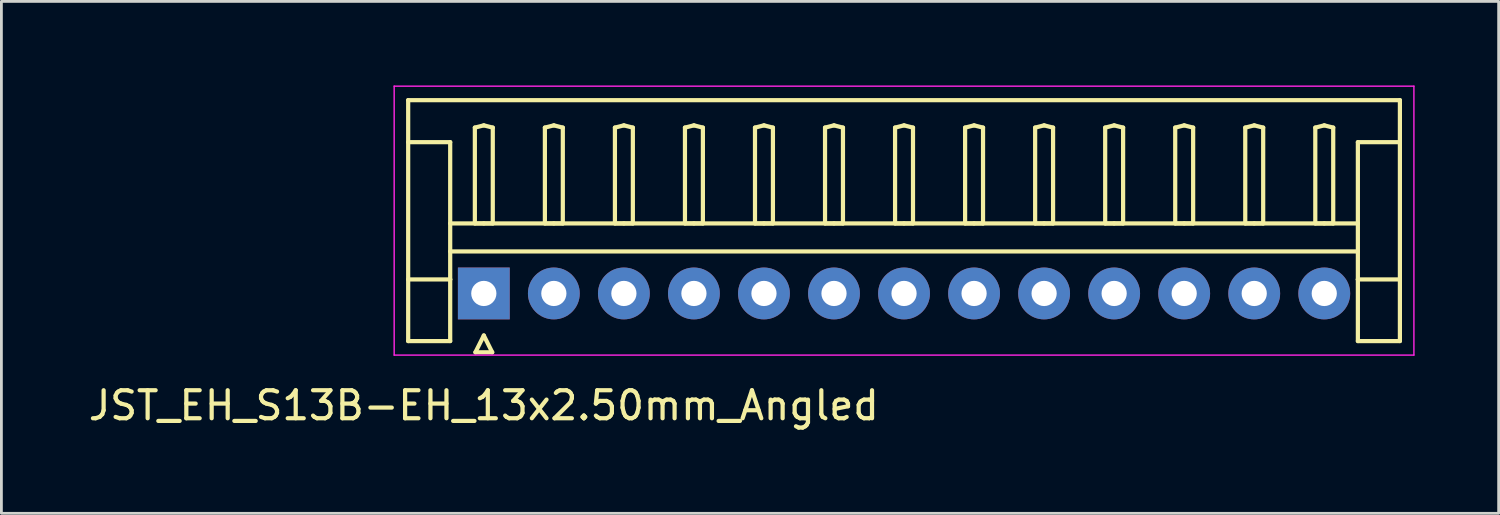
<source format=kicad_pcb>
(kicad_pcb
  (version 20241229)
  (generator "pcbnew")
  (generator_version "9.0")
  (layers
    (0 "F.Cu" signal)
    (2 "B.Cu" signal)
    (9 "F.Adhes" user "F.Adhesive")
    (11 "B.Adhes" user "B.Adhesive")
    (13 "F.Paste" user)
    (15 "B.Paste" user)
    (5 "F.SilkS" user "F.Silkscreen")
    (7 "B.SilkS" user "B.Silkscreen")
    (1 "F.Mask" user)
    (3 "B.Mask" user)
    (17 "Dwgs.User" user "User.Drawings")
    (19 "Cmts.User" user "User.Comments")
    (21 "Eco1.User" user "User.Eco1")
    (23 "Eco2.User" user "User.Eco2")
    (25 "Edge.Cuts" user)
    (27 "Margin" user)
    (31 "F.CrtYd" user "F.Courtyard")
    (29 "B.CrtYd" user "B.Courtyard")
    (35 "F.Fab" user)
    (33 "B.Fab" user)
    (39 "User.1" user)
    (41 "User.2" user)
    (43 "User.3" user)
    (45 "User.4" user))
  (footprint "JST_EH_S13B-EH_13x2.50mm_Angled"
    (layer "F.Cu")
    (at 14.22 7.425)
    (property "Reference" "JST_EH_S13B-EH_13x2.50mm_Angled" (at 0 4 0) (layer "F.SilkS") (effects (font (size 1 1) (thickness 0.15))))
    (attr through_hole)
    (fp_line (start -2.7 -6.9) (end 32.7 -6.9) (stroke (width 0.15) (type solid)) (layer "F.SilkS"))
    (fp_line (start -2.7 -5.4) (end -1.2 -5.4) (stroke (width 0.15) (type solid)) (layer "F.SilkS"))
    (fp_line (start -2.7 1.7) (end -2.7 -6.9) (stroke (width 0.15) (type solid)) (layer "F.SilkS"))
    (fp_line (start -1.2 -5.4) (end -1.2 -0.5) (stroke (width 0.15) (type solid)) (layer "F.SilkS"))
    (fp_line (start -1.2 -2.5) (end 31.2 -2.5) (stroke (width 0.15) (type solid)) (layer "F.SilkS"))
    (fp_line (start -1.2 -1.5) (end 31.2 -1.5) (stroke (width 0.15) (type solid)) (layer "F.SilkS"))
    (fp_line (start -1.2 -0.5) (end -2.7 -0.5) (stroke (width 0.15) (type solid)) (layer "F.SilkS"))
    (fp_line (start -1.2 -0.5) (end -1.2 1.7) (stroke (width 0.15) (type solid)) (layer "F.SilkS"))
    (fp_line (start -1.2 1.7) (end -2.7 1.7) (stroke (width 0.15) (type solid)) (layer "F.SilkS"))
    (fp_line (start -0.32 -5.92) (end 0 -6) (stroke (width 0.15) (type solid)) (layer "F.SilkS"))
    (fp_line (start -0.32 -2.5) (end -0.32 -5.92) (stroke (width 0.15) (type solid)) (layer "F.SilkS"))
    (fp_line (start -0.3 2.1) (end 0.3 2.1) (stroke (width 0.15) (type solid)) (layer "F.SilkS"))
    (fp_line (start 0 -6) (end 0.32 -5.92) (stroke (width 0.15) (type solid)) (layer "F.SilkS"))
    (fp_line (start 0 -2.5) (end -0.32 -2.5) (stroke (width 0.15) (type solid)) (layer "F.SilkS"))
    (fp_line (start 0 1.5) (end -0.3 2.1) (stroke (width 0.15) (type solid)) (layer "F.SilkS"))
    (fp_line (start 0.3 2.1) (end 0 1.5) (stroke (width 0.15) (type solid)) (layer "F.SilkS"))
    (fp_line (start 0.32 -5.92) (end 0.32 -2.5) (stroke (width 0.15) (type solid)) (layer "F.SilkS"))
    (fp_line (start 0.32 -2.5) (end 0 -2.5) (stroke (width 0.15) (type solid)) (layer "F.SilkS"))
    (fp_line (start 2.18 -5.92) (end 2.5 -6) (stroke (width 0.15) (type solid)) (layer "F.SilkS"))
    (fp_line (start 2.18 -2.5) (end 2.18 -5.92) (stroke (width 0.15) (type solid)) (layer "F.SilkS"))
    (fp_line (start 2.5 -6) (end 2.82 -5.92) (stroke (width 0.15) (type solid)) (layer "F.SilkS"))
    (fp_line (start 2.5 -2.5) (end 2.18 -2.5) (stroke (width 0.15) (type solid)) (layer "F.SilkS"))
    (fp_line (start 2.82 -5.92) (end 2.82 -2.5) (stroke (width 0.15) (type solid)) (layer "F.SilkS"))
    (fp_line (start 2.82 -2.5) (end 2.5 -2.5) (stroke (width 0.15) (type solid)) (layer "F.SilkS"))
    (fp_line (start 4.68 -5.92) (end 5 -6) (stroke (width 0.15) (type solid)) (layer "F.SilkS"))
    (fp_line (start 4.68 -2.5) (end 4.68 -5.92) (stroke (width 0.15) (type solid)) (layer "F.SilkS"))
    (fp_line (start 5 -6) (end 5.32 -5.92) (stroke (width 0.15) (type solid)) (layer "F.SilkS"))
    (fp_line (start 5 -2.5) (end 4.68 -2.5) (stroke (width 0.15) (type solid)) (layer "F.SilkS"))
    (fp_line (start 5.32 -5.92) (end 5.32 -2.5) (stroke (width 0.15) (type solid)) (layer "F.SilkS"))
    (fp_line (start 5.32 -2.5) (end 5 -2.5) (stroke (width 0.15) (type solid)) (layer "F.SilkS"))
    (fp_line (start 7.18 -5.92) (end 7.5 -6) (stroke (width 0.15) (type solid)) (layer "F.SilkS"))
    (fp_line (start 7.18 -2.5) (end 7.18 -5.92) (stroke (width 0.15) (type solid)) (layer "F.SilkS"))
    (fp_line (start 7.5 -6) (end 7.82 -5.92) (stroke (width 0.15) (type solid)) (layer "F.SilkS"))
    (fp_line (start 7.5 -2.5) (end 7.18 -2.5) (stroke (width 0.15) (type solid)) (layer "F.SilkS"))
    (fp_line (start 7.82 -5.92) (end 7.82 -2.5) (stroke (width 0.15) (type solid)) (layer "F.SilkS"))
    (fp_line (start 7.82 -2.5) (end 7.5 -2.5) (stroke (width 0.15) (type solid)) (layer "F.SilkS"))
    (fp_line (start 9.68 -5.92) (end 10 -6) (stroke (width 0.15) (type solid)) (layer "F.SilkS"))
    (fp_line (start 9.68 -2.5) (end 9.68 -5.92) (stroke (width 0.15) (type solid)) (layer "F.SilkS"))
    (fp_line (start 10 -6) (end 10.32 -5.92) (stroke (width 0.15) (type solid)) (layer "F.SilkS"))
    (fp_line (start 10 -2.5) (end 9.68 -2.5) (stroke (width 0.15) (type solid)) (layer "F.SilkS"))
    (fp_line (start 10.32 -5.92) (end 10.32 -2.5) (stroke (width 0.15) (type solid)) (layer "F.SilkS"))
    (fp_line (start 10.32 -2.5) (end 10 -2.5) (stroke (width 0.15) (type solid)) (layer "F.SilkS"))
    (fp_line (start 12.18 -5.92) (end 12.5 -6) (stroke (width 0.15) (type solid)) (layer "F.SilkS"))
    (fp_line (start 12.18 -2.5) (end 12.18 -5.92) (stroke (width 0.15) (type solid)) (layer "F.SilkS"))
    (fp_line (start 12.5 -6) (end 12.82 -5.92) (stroke (width 0.15) (type solid)) (layer "F.SilkS"))
    (fp_line (start 12.5 -2.5) (end 12.18 -2.5) (stroke (width 0.15) (type solid)) (layer "F.SilkS"))
    (fp_line (start 12.82 -5.92) (end 12.82 -2.5) (stroke (width 0.15) (type solid)) (layer "F.SilkS"))
    (fp_line (start 12.82 -2.5) (end 12.5 -2.5) (stroke (width 0.15) (type solid)) (layer "F.SilkS"))
    (fp_line (start 14.68 -5.92) (end 15 -6) (stroke (width 0.15) (type solid)) (layer "F.SilkS"))
    (fp_line (start 14.68 -2.5) (end 14.68 -5.92) (stroke (width 0.15) (type solid)) (layer "F.SilkS"))
    (fp_line (start 15 -6) (end 15.32 -5.92) (stroke (width 0.15) (type solid)) (layer "F.SilkS"))
    (fp_line (start 15 -2.5) (end 14.68 -2.5) (stroke (width 0.15) (type solid)) (layer "F.SilkS"))
    (fp_line (start 15.32 -5.92) (end 15.32 -2.5) (stroke (width 0.15) (type solid)) (layer "F.SilkS"))
    (fp_line (start 15.32 -2.5) (end 15 -2.5) (stroke (width 0.15) (type solid)) (layer "F.SilkS"))
    (fp_line (start 17.18 -5.92) (end 17.5 -6) (stroke (width 0.15) (type solid)) (layer "F.SilkS"))
    (fp_line (start 17.18 -2.5) (end 17.18 -5.92) (stroke (width 0.15) (type solid)) (layer "F.SilkS"))
    (fp_line (start 17.5 -6) (end 17.82 -5.92) (stroke (width 0.15) (type solid)) (layer "F.SilkS"))
    (fp_line (start 17.5 -2.5) (end 17.18 -2.5) (stroke (width 0.15) (type solid)) (layer "F.SilkS"))
    (fp_line (start 17.82 -5.92) (end 17.82 -2.5) (stroke (width 0.15) (type solid)) (layer "F.SilkS"))
    (fp_line (start 17.82 -2.5) (end 17.5 -2.5) (stroke (width 0.15) (type solid)) (layer "F.SilkS"))
    (fp_line (start 19.68 -5.92) (end 20 -6) (stroke (width 0.15) (type solid)) (layer "F.SilkS"))
    (fp_line (start 19.68 -2.5) (end 19.68 -5.92) (stroke (width 0.15) (type solid)) (layer "F.SilkS"))
    (fp_line (start 20 -6) (end 20.32 -5.92) (stroke (width 0.15) (type solid)) (layer "F.SilkS"))
    (fp_line (start 20 -2.5) (end 19.68 -2.5) (stroke (width 0.15) (type solid)) (layer "F.SilkS"))
    (fp_line (start 20.32 -5.92) (end 20.32 -2.5) (stroke (width 0.15) (type solid)) (layer "F.SilkS"))
    (fp_line (start 20.32 -2.5) (end 20 -2.5) (stroke (width 0.15) (type solid)) (layer "F.SilkS"))
    (fp_line (start 22.18 -5.92) (end 22.5 -6) (stroke (width 0.15) (type solid)) (layer "F.SilkS"))
    (fp_line (start 22.18 -2.5) (end 22.18 -5.92) (stroke (width 0.15) (type solid)) (layer "F.SilkS"))
    (fp_line (start 22.5 -6) (end 22.82 -5.92) (stroke (width 0.15) (type solid)) (layer "F.SilkS"))
    (fp_line (start 22.5 -2.5) (end 22.18 -2.5) (stroke (width 0.15) (type solid)) (layer "F.SilkS"))
    (fp_line (start 22.82 -5.92) (end 22.82 -2.5) (stroke (width 0.15) (type solid)) (layer "F.SilkS"))
    (fp_line (start 22.82 -2.5) (end 22.5 -2.5) (stroke (width 0.15) (type solid)) (layer "F.SilkS"))
    (fp_line (start 24.68 -5.92) (end 25 -6) (stroke (width 0.15) (type solid)) (layer "F.SilkS"))
    (fp_line (start 24.68 -2.5) (end 24.68 -5.92) (stroke (width 0.15) (type solid)) (layer "F.SilkS"))
    (fp_line (start 25 -6) (end 25.32 -5.92) (stroke (width 0.15) (type solid)) (layer "F.SilkS"))
    (fp_line (start 25 -2.5) (end 24.68 -2.5) (stroke (width 0.15) (type solid)) (layer "F.SilkS"))
    (fp_line (start 25.32 -5.92) (end 25.32 -2.5) (stroke (width 0.15) (type solid)) (layer "F.SilkS"))
    (fp_line (start 25.32 -2.5) (end 25 -2.5) (stroke (width 0.15) (type solid)) (layer "F.SilkS"))
    (fp_line (start 27.18 -5.92) (end 27.5 -6) (stroke (width 0.15) (type solid)) (layer "F.SilkS"))
    (fp_line (start 27.18 -2.5) (end 27.18 -5.92) (stroke (width 0.15) (type solid)) (layer "F.SilkS"))
    (fp_line (start 27.5 -6) (end 27.82 -5.92) (stroke (width 0.15) (type solid)) (layer "F.SilkS"))
    (fp_line (start 27.5 -2.5) (end 27.18 -2.5) (stroke (width 0.15) (type solid)) (layer "F.SilkS"))
    (fp_line (start 27.82 -5.92) (end 27.82 -2.5) (stroke (width 0.15) (type solid)) (layer "F.SilkS"))
    (fp_line (start 27.82 -2.5) (end 27.5 -2.5) (stroke (width 0.15) (type solid)) (layer "F.SilkS"))
    (fp_line (start 29.68 -5.92) (end 30 -6) (stroke (width 0.15) (type solid)) (layer "F.SilkS"))
    (fp_line (start 29.68 -2.5) (end 29.68 -5.92) (stroke (width 0.15) (type solid)) (layer "F.SilkS"))
    (fp_line (start 30 -6) (end 30.32 -5.92) (stroke (width 0.15) (type solid)) (layer "F.SilkS"))
    (fp_line (start 30 -2.5) (end 29.68 -2.5) (stroke (width 0.15) (type solid)) (layer "F.SilkS"))
    (fp_line (start 30.32 -5.92) (end 30.32 -2.5) (stroke (width 0.15) (type solid)) (layer "F.SilkS"))
    (fp_line (start 30.32 -2.5) (end 30 -2.5) (stroke (width 0.15) (type solid)) (layer "F.SilkS"))
    (fp_line (start 31.2 -5.4) (end 31.2 -0.5) (stroke (width 0.15) (type solid)) (layer "F.SilkS"))
    (fp_line (start 31.2 -0.5) (end 32.7 -0.5) (stroke (width 0.15) (type solid)) (layer "F.SilkS"))
    (fp_line (start 31.2 1.7) (end 31.2 -0.5) (stroke (width 0.15) (type solid)) (layer "F.SilkS"))
    (fp_line (start 32.7 -6.9) (end 32.7 1.7) (stroke (width 0.15) (type solid)) (layer "F.SilkS"))
    (fp_line (start 32.7 -5.4) (end 31.2 -5.4) (stroke (width 0.15) (type solid)) (layer "F.SilkS"))
    (fp_line (start 32.7 1.7) (end 31.2 1.7) (stroke (width 0.15) (type solid)) (layer "F.SilkS"))
    (fp_line (start -3.2 -7.4) (end -3.2 2.2) (stroke (width 0.05) (type solid)) (layer "F.CrtYd"))
    (fp_line (start -3.2 2.2) (end 33.2 2.2) (stroke (width 0.05) (type solid)) (layer "F.CrtYd"))
    (fp_line (start 33.2 -7.4) (end -3.2 -7.4) (stroke (width 0.05) (type solid)) (layer "F.CrtYd"))
    (fp_line (start 33.2 2.2) (end 33.2 -7.4) (stroke (width 0.05) (type solid)) (layer "F.CrtYd"))
    (pad "1" thru_hole rect (at 0 0) (size 1.85 1.85) (drill 0.9) (layers "*.Cu" "*.Mask"))
    (pad "2" thru_hole circle (at 2.5 0) (size 1.85 1.85) (drill 0.9) (layers "*.Cu" "*.Mask"))
    (pad "3" thru_hole circle (at 5 0) (size 1.85 1.85) (drill 0.9) (layers "*.Cu" "*.Mask"))
    (pad "4" thru_hole circle (at 7.5 0) (size 1.85 1.85) (drill 0.9) (layers "*.Cu" "*.Mask"))
    (pad "5" thru_hole circle (at 10 0) (size 1.85 1.85) (drill 0.9) (layers "*.Cu" "*.Mask"))
    (pad "6" thru_hole circle (at 12.5 0) (size 1.85 1.85) (drill 0.9) (layers "*.Cu" "*.Mask"))
    (pad "7" thru_hole circle (at 15 0) (size 1.85 1.85) (drill 0.9) (layers "*.Cu" "*.Mask"))
    (pad "8" thru_hole circle (at 17.5 0) (size 1.85 1.85) (drill 0.9) (layers "*.Cu" "*.Mask"))
    (pad "9" thru_hole circle (at 20 0) (size 1.85 1.85) (drill 0.9) (layers "*.Cu" "*.Mask"))
    (pad "10" thru_hole circle (at 22.5 0) (size 1.85 1.85) (drill 0.9) (layers "*.Cu" "*.Mask"))
    (pad "11" thru_hole circle (at 25 0) (size 1.85 1.85) (drill 0.9) (layers "*.Cu" "*.Mask"))
    (pad "12" thru_hole circle (at 27.5 0) (size 1.85 1.85) (drill 0.9) (layers "*.Cu" "*.Mask"))
    (pad "13" thru_hole circle (at 30 0) (size 1.85 1.85) (drill 0.9) (layers "*.Cu" "*.Mask")))
  (gr_rect
    (start -3 -3)
    (end 50.445 15.273)
    (stroke (width 0.1) (type default))
    (fill no)
    (layer "Edge.Cuts")))
</source>
